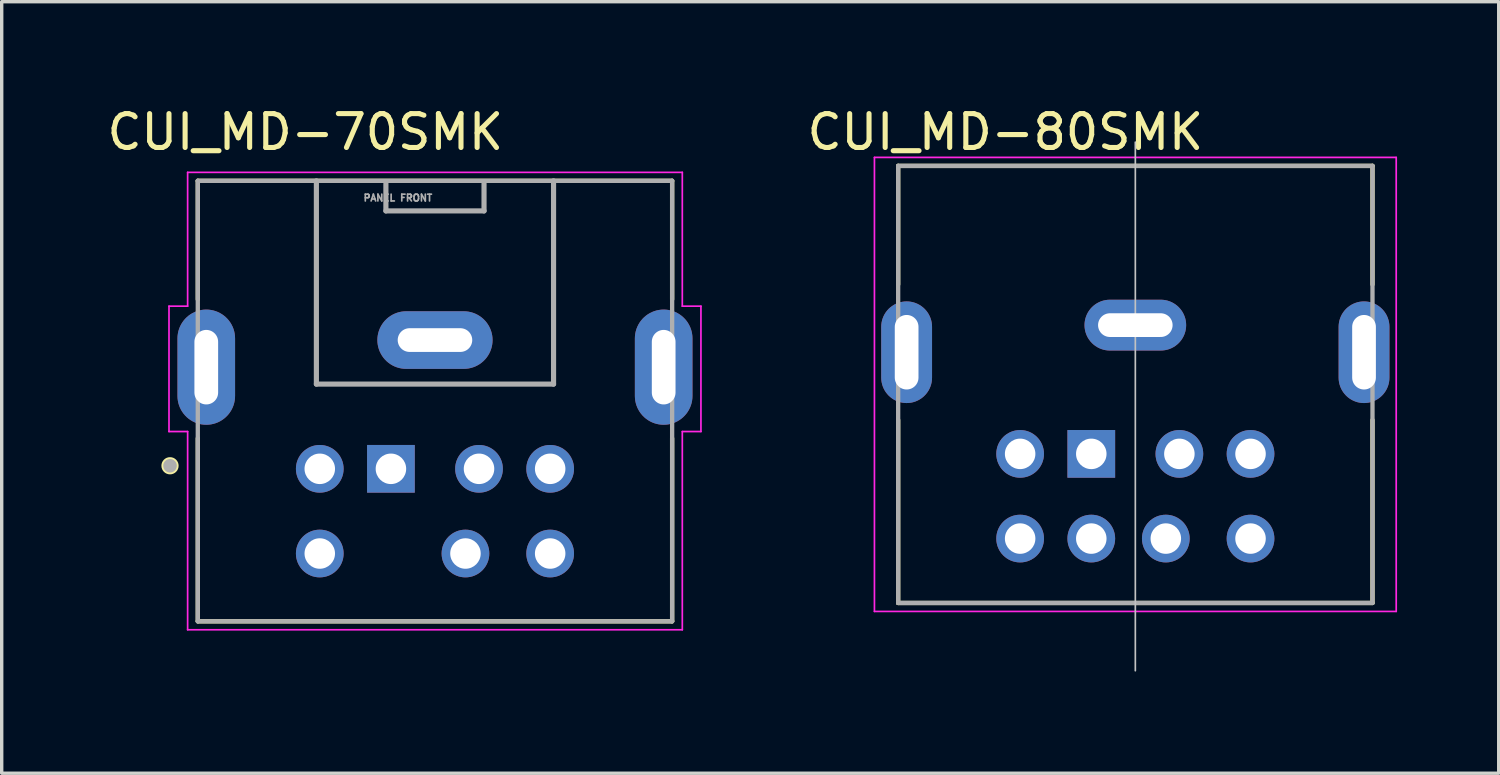
<source format=kicad_pcb>
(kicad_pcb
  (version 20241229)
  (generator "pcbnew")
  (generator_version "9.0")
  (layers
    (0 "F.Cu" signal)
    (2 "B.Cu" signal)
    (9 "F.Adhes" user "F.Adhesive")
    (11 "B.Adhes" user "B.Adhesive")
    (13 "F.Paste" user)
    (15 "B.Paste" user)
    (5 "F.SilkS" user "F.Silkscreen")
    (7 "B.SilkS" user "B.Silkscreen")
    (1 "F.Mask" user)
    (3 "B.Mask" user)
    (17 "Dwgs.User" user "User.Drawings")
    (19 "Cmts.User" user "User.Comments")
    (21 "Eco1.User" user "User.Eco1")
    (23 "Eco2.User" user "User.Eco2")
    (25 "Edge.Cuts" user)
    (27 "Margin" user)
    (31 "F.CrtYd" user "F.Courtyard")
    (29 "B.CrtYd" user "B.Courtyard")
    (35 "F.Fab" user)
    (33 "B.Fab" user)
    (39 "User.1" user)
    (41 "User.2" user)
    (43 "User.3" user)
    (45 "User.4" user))
  (footprint "CUI_MD-80SMK"
    (layer "F.Cu")
    (at 29.159 10.346)
    (property "Reference" "CUI_MD-80SMK" (at -2.536 -9.498 0) (layer "F.SilkS") (effects (font (size 1 1) (thickness 0.15))))
    (attr through_hole)
    (fp_line (start -5.7 -8.5) (end -5.7 -5) (stroke (width 0.127) (type solid)) (layer "F.SilkS"))
    (fp_line (start -5.7 -8.5) (end 8.3 -8.5) (stroke (width 0.127) (type solid)) (layer "F.SilkS"))
    (fp_line (start -5.7 4.4) (end -5.7 -1) (stroke (width 0.127) (type solid)) (layer "F.SilkS"))
    (fp_line (start 8.3 -8.5) (end 8.3 -5) (stroke (width 0.127) (type solid)) (layer "F.SilkS"))
    (fp_line (start 8.3 4.4) (end -5.7 4.4) (stroke (width 0.127) (type solid)) (layer "F.SilkS"))
    (fp_line (start 8.3 4.4) (end 8.3 -1) (stroke (width 0.127) (type solid)) (layer "F.SilkS"))
    (fp_line (start 1.3 -9.2) (end 1.3 6.4) (stroke (width 0.05) (type solid)) (layer "Dwgs.User"))
    (fp_line (start -6.4 -8.75) (end 9 -8.75) (stroke (width 0.05) (type solid)) (layer "F.CrtYd"))
    (fp_line (start -6.4 4.65) (end -6.4 -8.75) (stroke (width 0.05) (type solid)) (layer "F.CrtYd"))
    (fp_line (start 9 -8.75) (end 9 4.65) (stroke (width 0.05) (type solid)) (layer "F.CrtYd"))
    (fp_line (start 9 4.65) (end -6.4 4.65) (stroke (width 0.05) (type solid)) (layer "F.CrtYd"))
    (fp_line (start -5.7 -8.5) (end 8.3 -8.5) (stroke (width 0.127) (type solid)) (layer "F.Fab"))
    (fp_line (start -5.7 4.4) (end -5.7 -8.5) (stroke (width 0.127) (type solid)) (layer "F.Fab"))
    (fp_line (start 8.3 -8.5) (end 8.3 4.4) (stroke (width 0.127) (type solid)) (layer "F.Fab"))
    (fp_line (start 8.3 4.4) (end -5.7 4.4) (stroke (width 0.127) (type solid)) (layer "F.Fab"))
    (pad "1" thru_hole rect (at 0 0) (size 1.408 1.408) (drill 0.9) (layers "*.Cu" "*.Mask"))
    (pad "2" thru_hole circle (at 2.6 0) (size 1.408 1.408) (drill 0.9) (layers "*.Cu" "*.Mask"))
    (pad "3" thru_hole circle (at -2.1 0) (size 1.408 1.408) (drill 0.9) (layers "*.Cu" "*.Mask"))
    (pad "4" thru_hole circle (at 0 2.5) (size 1.408 1.408) (drill 0.9) (layers "*.Cu" "*.Mask"))
    (pad "5" thru_hole circle (at 4.7 0) (size 1.408 1.408) (drill 0.9) (layers "*.Cu" "*.Mask"))
    (pad "6" thru_hole circle (at -2.1 2.5) (size 1.408 1.408) (drill 0.9) (layers "*.Cu" "*.Mask"))
    (pad "7" thru_hole circle (at 2.2 2.5) (size 1.408 1.408) (drill 0.9) (layers "*.Cu" "*.Mask"))
    (pad "8" thru_hole circle (at 4.7 2.5) (size 1.408 1.408) (drill 0.9) (layers "*.Cu" "*.Mask"))
    (pad "S1" thru_hole oval (at -5.45 -3) (size 1.5 3) (drill oval 0.7 2.2) (layers "*.Cu" "*.Mask"))
    (pad "S2" thru_hole oval (at 8.05 -3) (size 1.5 3) (drill oval 0.7 2.2) (layers "*.Cu" "*.Mask"))
    (pad "S3" thru_hole oval (at 1.3 -3.8) (size 3 1.5) (drill oval 2.2 0.7) (layers "*.Cu" "*.Mask")))
  (footprint "CUI_MD-70SMK"
    (layer "F.Cu")
    (at 9.788 8.787)
    (property "Reference" "CUI_MD-70SMK" (at -3.827 -7.939 0) (layer "F.SilkS") (effects (font (size 1 1) (thickness 0.15))))
    (attr through_hole)
    (fp_line (start -7 -6.5) (end -7 -3) (stroke (width 0.127) (type solid)) (layer "F.SilkS"))
    (fp_line (start -7 -6.5) (end 7 -6.5) (stroke (width 0.127) (type solid)) (layer "F.SilkS"))
    (fp_line (start -7 6.5) (end -7 1.1) (stroke (width 0.127) (type solid)) (layer "F.SilkS"))
    (fp_line (start 7 -6.5) (end 7 -3) (stroke (width 0.127) (type solid)) (layer "F.SilkS"))
    (fp_line (start 7 6.5) (end -7 6.5) (stroke (width 0.127) (type solid)) (layer "F.SilkS"))
    (fp_line (start 7 6.5) (end 7 1.1) (stroke (width 0.127) (type solid)) (layer "F.SilkS"))
    (fp_circle (center -7.82 1.91) (end -7.566 1.91) (stroke (width 0) (type solid)) (fill yes) (layer "F.SilkS"))
    (fp_line (start -7.85 -2.8) (end -7.3 -2.8) (stroke (width 0.05) (type solid)) (layer "F.CrtYd"))
    (fp_line (start -7.85 0.9) (end -7.85 -2.8) (stroke (width 0.05) (type solid)) (layer "F.CrtYd"))
    (fp_line (start -7.3 -6.75) (end 7.3 -6.75) (stroke (width 0.05) (type solid)) (layer "F.CrtYd"))
    (fp_line (start -7.3 -2.8) (end -7.3 -6.75) (stroke (width 0.05) (type solid)) (layer "F.CrtYd"))
    (fp_line (start -7.3 0.9) (end -7.85 0.9) (stroke (width 0.05) (type solid)) (layer "F.CrtYd"))
    (fp_line (start -7.3 6.75) (end -7.3 0.9) (stroke (width 0.05) (type solid)) (layer "F.CrtYd"))
    (fp_line (start 7.3 -6.75) (end 7.3 -2.8) (stroke (width 0.05) (type solid)) (layer "F.CrtYd"))
    (fp_line (start 7.3 -2.8) (end 7.85 -2.8) (stroke (width 0.05) (type solid)) (layer "F.CrtYd"))
    (fp_line (start 7.3 0.9) (end 7.3 6.75) (stroke (width 0.05) (type solid)) (layer "F.CrtYd"))
    (fp_line (start 7.3 6.75) (end -7.3 6.75) (stroke (width 0.05) (type solid)) (layer "F.CrtYd"))
    (fp_line (start 7.85 -2.8) (end 7.85 0.9) (stroke (width 0.05) (type solid)) (layer "F.CrtYd"))
    (fp_line (start 7.85 0.9) (end 7.3 0.9) (stroke (width 0.05) (type solid)) (layer "F.CrtYd"))
    (fp_line (start -7 -6.5) (end 7 -6.5) (stroke (width 0.127) (type solid)) (layer "F.Fab"))
    (fp_line (start -7 6.5) (end -7 -6.5) (stroke (width 0.127) (type solid)) (layer "F.Fab"))
    (fp_line (start -3.5 -6.5) (end -3.5 -0.5) (stroke (width 0.152) (type solid)) (layer "F.Fab"))
    (fp_line (start -3.5 -0.5) (end 3.5 -0.5) (stroke (width 0.152) (type solid)) (layer "F.Fab"))
    (fp_line (start -1.448 -6.42) (end -1.448 -5.612) (stroke (width 0.152) (type solid)) (layer "F.Fab"))
    (fp_line (start -1.448 -5.612) (end 1.448 -5.612) (stroke (width 0.152) (type solid)) (layer "F.Fab"))
    (fp_line (start 1.448 -5.612) (end 1.448 -6.42) (stroke (width 0.152) (type solid)) (layer "F.Fab"))
    (fp_line (start 3.5 -0.5) (end 3.5 -6.5) (stroke (width 0.152) (type solid)) (layer "F.Fab"))
    (fp_line (start 7 -6.5) (end 7 6.5) (stroke (width 0.127) (type solid)) (layer "F.Fab"))
    (fp_line (start 7 6.5) (end -7 6.5) (stroke (width 0.127) (type solid)) (layer "F.Fab"))
    (fp_circle (center -7.82 1.91) (end -7.62 1.91) (stroke (width 0) (type solid)) (fill yes) (layer "F.Fab"))
    (fp_text user "PANEL FRONT" (at -1.094 -5.996 0) (layer "F.Fab") (effects (font (size 0.2 0.2) (thickness 0.15))))
    (pad "1" thru_hole rect (at -1.3 2) (size 1.408 1.408) (drill 0.9) (layers "*.Cu" "*.Mask"))
    (pad "2" thru_hole circle (at 1.3 2) (size 1.408 1.408) (drill 0.9) (layers "*.Cu" "*.Mask"))
    (pad "3" thru_hole circle (at -3.4 2) (size 1.408 1.408) (drill 0.9) (layers "*.Cu" "*.Mask"))
    (pad "4" thru_hole circle (at 3.4 2) (size 1.408 1.408) (drill 0.9) (layers "*.Cu" "*.Mask"))
    (pad "5" thru_hole circle (at -3.4 4.5) (size 1.408 1.408) (drill 0.9) (layers "*.Cu" "*.Mask"))
    (pad "6" thru_hole circle (at 0.9 4.5) (size 1.408 1.408) (drill 0.9) (layers "*.Cu" "*.Mask"))
    (pad "7" thru_hole circle (at 3.4 4.5) (size 1.408 1.408) (drill 0.9) (layers "*.Cu" "*.Mask"))
    (pad "S1" thru_hole oval (at 0 -1.8) (size 3.4 1.7) (drill oval 2.2 0.7) (layers "*.Cu" "*.Mask"))
    (pad "S2" thru_hole oval (at -6.75 -1) (size 1.7 3.4) (drill oval 0.7 2.2) (layers "*.Cu" "*.Mask"))
    (pad "S3" thru_hole oval (at 6.75 -1) (size 1.7 3.4) (drill oval 0.7 2.2) (layers "*.Cu" "*.Mask")))
  (gr_rect
    (start -3 -3)
    (end 41.184 19.771)
    (stroke (width 0.1) (type default))
    (fill no)
    (layer "Edge.Cuts")))
</source>
